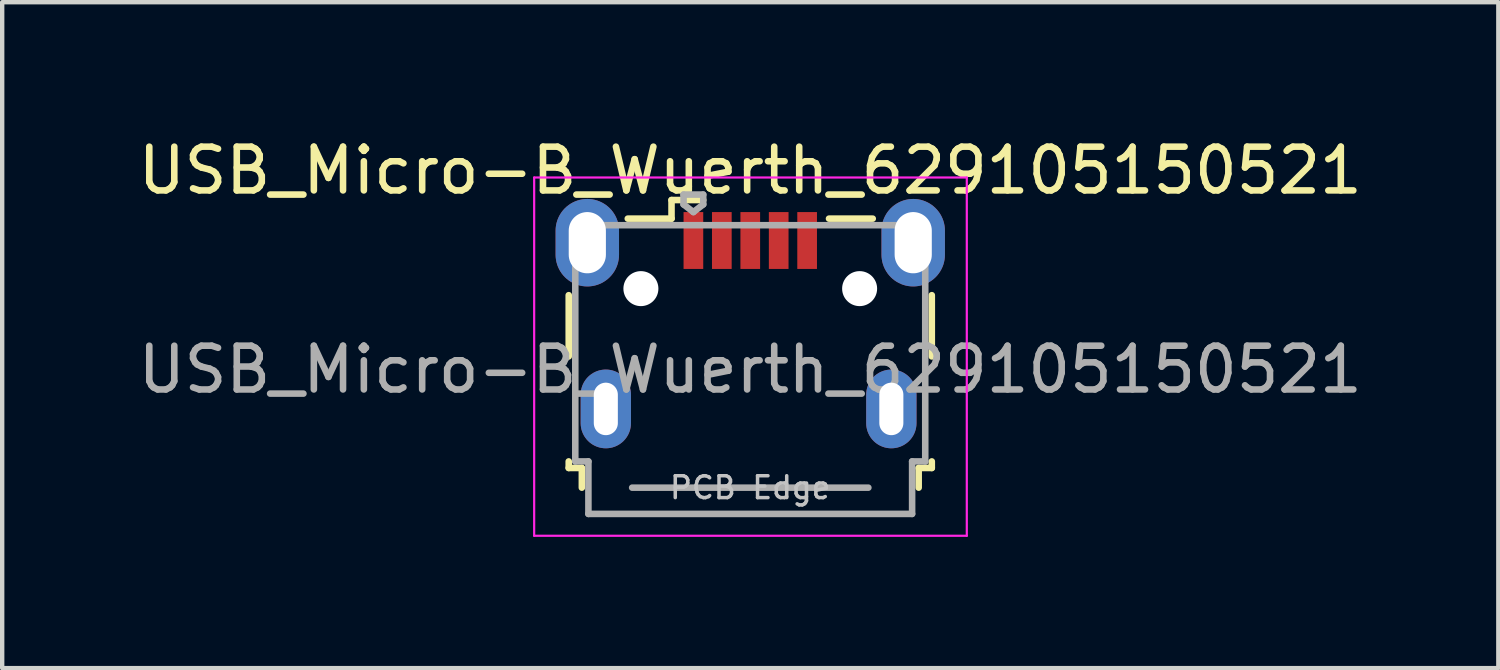
<source format=kicad_pcb>
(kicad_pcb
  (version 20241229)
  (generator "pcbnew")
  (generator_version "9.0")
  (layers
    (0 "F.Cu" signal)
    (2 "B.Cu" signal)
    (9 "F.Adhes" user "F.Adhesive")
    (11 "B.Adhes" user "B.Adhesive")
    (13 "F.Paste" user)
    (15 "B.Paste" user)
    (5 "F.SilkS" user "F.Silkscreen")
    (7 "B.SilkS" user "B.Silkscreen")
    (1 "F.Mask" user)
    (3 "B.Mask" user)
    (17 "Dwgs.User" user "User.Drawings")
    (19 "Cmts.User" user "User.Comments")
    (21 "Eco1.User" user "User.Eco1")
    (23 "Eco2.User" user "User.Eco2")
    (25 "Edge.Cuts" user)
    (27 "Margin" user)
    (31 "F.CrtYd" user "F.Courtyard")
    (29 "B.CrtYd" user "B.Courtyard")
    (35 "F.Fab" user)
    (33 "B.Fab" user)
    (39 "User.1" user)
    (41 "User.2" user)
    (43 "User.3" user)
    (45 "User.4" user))
  (footprint "USB_Micro-B_Wuerth_629105150521"
    (layer "F.Cu")
    (at 14.101 4.348)
    (property "Reference" "USB_Micro-B_Wuerth_629105150521" (at 0 -3.5 0) (layer "F.SilkS") (effects (font (size 1 1) (thickness 0.15))))
    (attr smd)
    (fp_line (start -4.15 -0.65) (end -4.15 0.75) (stroke (width 0.15) (type solid)) (layer "F.SilkS"))
    (fp_line (start -4.15 3.15) (end -4.15 3.3) (stroke (width 0.15) (type solid)) (layer "F.SilkS"))
    (fp_line (start -4.15 3.3) (end -3.85 3.3) (stroke (width 0.15) (type solid)) (layer "F.SilkS"))
    (fp_line (start -3.85 3.3) (end -3.85 3.75) (stroke (width 0.15) (type solid)) (layer "F.SilkS"))
    (fp_line (start -1.8 -2.825) (end -1.8 -2.4) (stroke (width 0.15) (type solid)) (layer "F.SilkS"))
    (fp_line (start -1.8 -2.4) (end -2.8 -2.4) (stroke (width 0.15) (type solid)) (layer "F.SilkS"))
    (fp_line (start -1.075 -2.825) (end -1.8 -2.825) (stroke (width 0.15) (type solid)) (layer "F.SilkS"))
    (fp_line (start 1.8 -2.4) (end 2.8 -2.4) (stroke (width 0.15) (type solid)) (layer "F.SilkS"))
    (fp_line (start 3.85 3.3) (end 4.15 3.3) (stroke (width 0.15) (type solid)) (layer "F.SilkS"))
    (fp_line (start 3.85 3.75) (end 3.85 3.3) (stroke (width 0.15) (type solid)) (layer "F.SilkS"))
    (fp_line (start 4.15 0.75) (end 4.15 -0.65) (stroke (width 0.15) (type solid)) (layer "F.SilkS"))
    (fp_line (start 4.15 3.3) (end 4.15 3.15) (stroke (width 0.15) (type solid)) (layer "F.SilkS"))
    (fp_line (start -4.94 -3.34) (end -4.94 4.85) (stroke (width 0.05) (type solid)) (layer "F.CrtYd"))
    (fp_line (start -4.94 4.85) (end 4.95 4.85) (stroke (width 0.05) (type solid)) (layer "F.CrtYd"))
    (fp_line (start 4.95 -3.34) (end -4.94 -3.34) (stroke (width 0.05) (type solid)) (layer "F.CrtYd"))
    (fp_line (start 4.95 4.85) (end 4.95 -3.34) (stroke (width 0.05) (type solid)) (layer "F.CrtYd"))
    (fp_line (start -4 -2.25) (end -4 3.15) (stroke (width 0.15) (type solid)) (layer "F.Fab"))
    (fp_line (start -4 3.15) (end -3.7 3.15) (stroke (width 0.15) (type solid)) (layer "F.Fab"))
    (fp_line (start -3.7 3.15) (end -3.7 4.35) (stroke (width 0.15) (type solid)) (layer "F.Fab"))
    (fp_line (start -3.7 4.35) (end 3.7 4.35) (stroke (width 0.15) (type solid)) (layer "F.Fab"))
    (fp_line (start -2.7 3.75) (end 2.7 3.75) (stroke (width 0.15) (type solid)) (layer "F.Fab"))
    (fp_line (start -1.525 -2.95) (end -1.075 -2.95) (stroke (width 0.15) (type solid)) (layer "F.Fab"))
    (fp_line (start -1.525 -2.725) (end -1.525 -2.95) (stroke (width 0.15) (type solid)) (layer "F.Fab"))
    (fp_line (start -1.3 -2.55) (end -1.525 -2.725) (stroke (width 0.15) (type solid)) (layer "F.Fab"))
    (fp_line (start -1.075 -2.95) (end -1.075 -2.725) (stroke (width 0.15) (type solid)) (layer "F.Fab"))
    (fp_line (start -1.075 -2.725) (end -1.3 -2.55) (stroke (width 0.15) (type solid)) (layer "F.Fab"))
    (fp_line (start 3.7 3.15) (end 4 3.15) (stroke (width 0.15) (type solid)) (layer "F.Fab"))
    (fp_line (start 3.7 4.35) (end 3.7 3.15) (stroke (width 0.15) (type solid)) (layer "F.Fab"))
    (fp_line (start 4 -2.25) (end -4 -2.25) (stroke (width 0.15) (type solid)) (layer "F.Fab"))
    (fp_line (start 4 3.15) (end 4 -2.25) (stroke (width 0.15) (type solid)) (layer "F.Fab"))
    (fp_text user "PCB Edge" (at 0 3.75 0) (layer "Dwgs.User") (effects (font (size 0.5 0.5) (thickness 0.08))))
    (fp_text user "${REFERENCE}" (at 0 1.05 0) (layer "F.Fab") (effects (font (size 1 1) (thickness 0.15))))
    (pad "" np_thru_hole oval (at -2.5 -0.8) (size 0.8 0.8) (drill 0.8) (layers "*.Cu" "*.Mask"))
    (pad "" np_thru_hole oval (at 2.5 -0.8) (size 0.8 0.8) (drill 0.8) (layers "*.Cu" "*.Mask"))
    (pad "1" smd rect (at -1.3 -1.9) (size 0.45 1.3) (layers "F.Cu" "F.Mask" "F.Paste"))
    (pad "2" smd rect (at -0.65 -1.9) (size 0.45 1.3) (layers "F.Cu" "F.Mask" "F.Paste"))
    (pad "3" smd rect (at 0 -1.9) (size 0.45 1.3) (layers "F.Cu" "F.Mask" "F.Paste"))
    (pad "4" smd rect (at 0.65 -1.9) (size 0.45 1.3) (layers "F.Cu" "F.Mask" "F.Paste"))
    (pad "5" smd rect (at 1.3 -1.9) (size 0.45 1.3) (layers "F.Cu" "F.Mask" "F.Paste"))
    (pad "6" thru_hole oval (at -3.725 -1.85) (size 1.45 2) (drill oval 0.85 1.4) (layers "*.Cu" "*.Mask"))
    (pad "6" thru_hole oval (at -3.302 1.95) (size 1.15 1.8) (drill oval 0.55 1.2) (layers "*.Cu" "*.Mask"))
    (pad "6" thru_hole oval (at 3.225 1.95) (size 1.15 1.8) (drill oval 0.55 1.2) (layers "*.Cu" "*.Mask"))
    (pad "6" thru_hole oval (at 3.725 -1.85) (size 1.45 2) (drill oval 0.85 1.4) (layers "*.Cu" "*.Mask")))
  (gr_rect
    (start -3 -3)
    (end 31.202 12.223)
    (stroke (width 0.1) (type default))
    (fill no)
    (layer "Edge.Cuts")))
</source>
